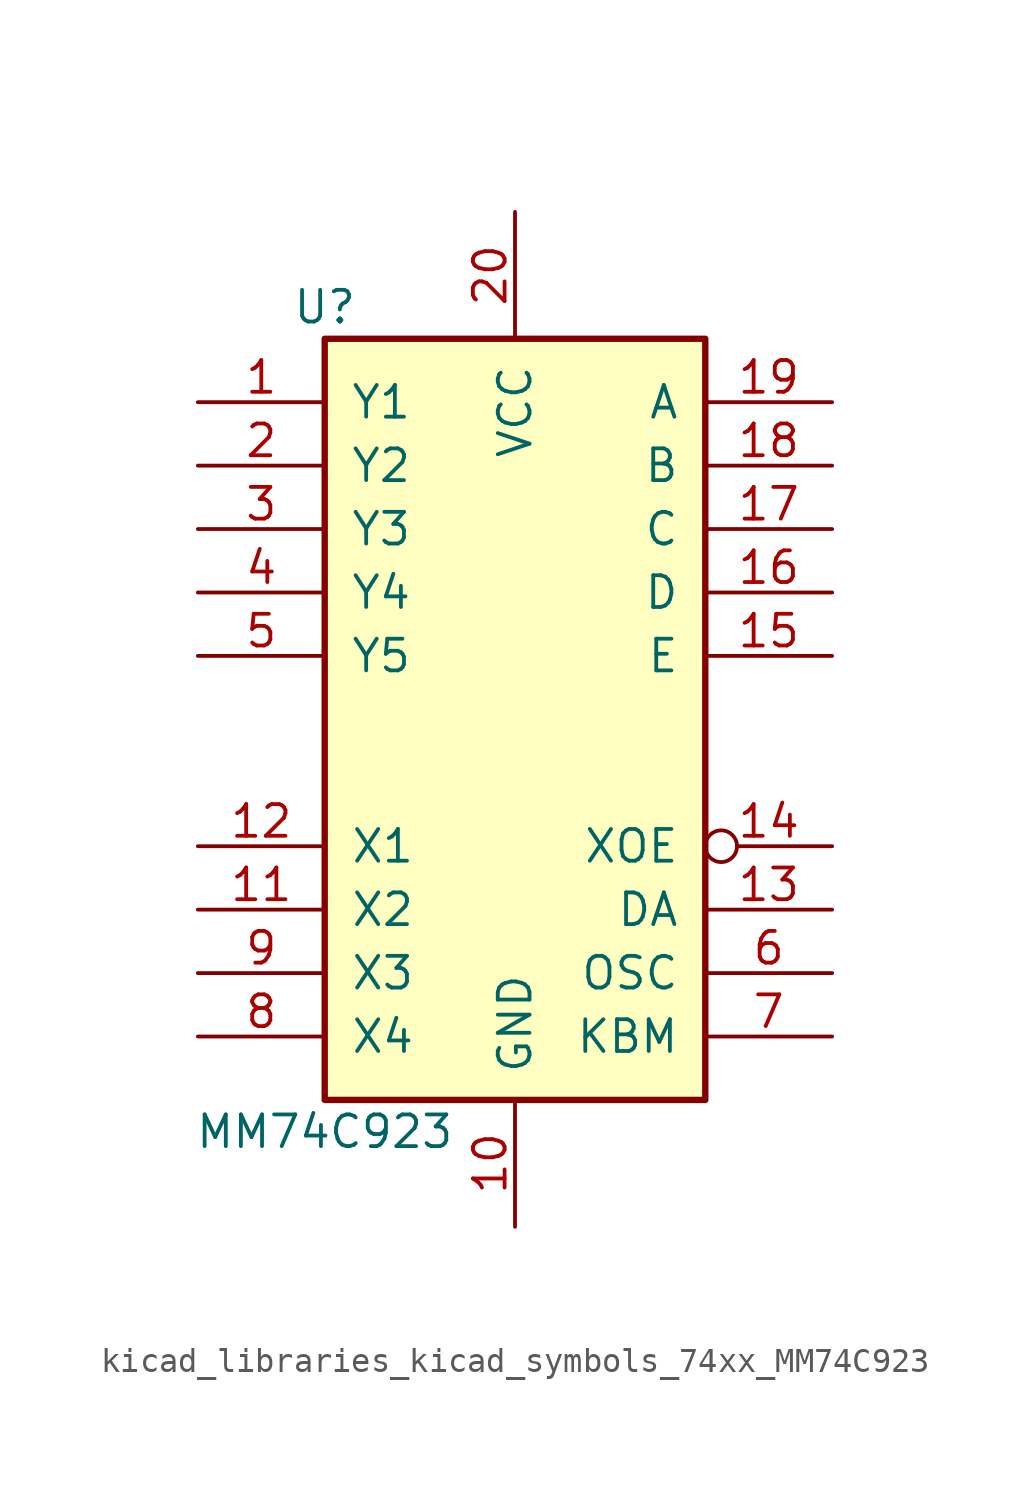
<source format=kicad_sym>
(kicad_symbol_lib
  (version 20220914)
  (generator kicad_symbol_editor)
  (symbol "kicad_libraries_kicad_symbols_74xx_MM74C923"
    (pin_names
      (offset 1.016))
    (property "Reference" "U"
      (at -7.62 16.51 0)
      (effects (font (size 1.27 1.27))))
    (property "Value" "MM74C923"
      (at -7.62 -16.51 0)
      (effects (font (size 1.27 1.27))))
    (property "ki_locked" ""
      (at 0 0 0)
      (effects (font (size 1.27 1.27))))
    (symbol "kicad_libraries_kicad_symbols_74xx_MM74C923_1_0"
      (pin input line (at -12.7 12.7 0) (length 5.08) (name "Y1" (effects (font (size 1.27 1.27)))) (number "1" (effects (font (size 1.27 1.27)))))
      (pin power_in line (at 0 -20.32 90) (length 5.08) (name "GND" (effects (font (size 1.27 1.27)))) (number "10" (effects (font (size 1.27 1.27)))))
      (pin output line (at -12.7 -7.62 0) (length 5.08) (name "X2" (effects (font (size 1.27 1.27)))) (number "11" (effects (font (size 1.27 1.27)))))
      (pin output line (at -12.7 -5.08 0) (length 5.08) (name "X1" (effects (font (size 1.27 1.27)))) (number "12" (effects (font (size 1.27 1.27)))))
      (pin output line (at 12.7 -7.62 180) (length 5.08) (name "DA" (effects (font (size 1.27 1.27)))) (number "13" (effects (font (size 1.27 1.27)))))
      (pin input inverted (at 12.7 -5.08 180) (length 5.08) (name "XOE" (effects (font (size 1.27 1.27)))) (number "14" (effects (font (size 1.27 1.27)))))
      (pin tri_state line (at 12.7 2.54 180) (length 5.08) (name "E" (effects (font (size 1.27 1.27)))) (number "15" (effects (font (size 1.27 1.27)))))
      (pin tri_state line (at 12.7 5.08 180) (length 5.08) (name "D" (effects (font (size 1.27 1.27)))) (number "16" (effects (font (size 1.27 1.27)))))
      (pin tri_state line (at 12.7 7.62 180) (length 5.08) (name "C" (effects (font (size 1.27 1.27)))) (number "17" (effects (font (size 1.27 1.27)))))
      (pin tri_state line (at 12.7 10.16 180) (length 5.08) (name "B" (effects (font (size 1.27 1.27)))) (number "18" (effects (font (size 1.27 1.27)))))
      (pin tri_state line (at 12.7 12.7 180) (length 5.08) (name "A" (effects (font (size 1.27 1.27)))) (number "19" (effects (font (size 1.27 1.27)))))
      (pin input line (at -12.7 10.16 0) (length 5.08) (name "Y2" (effects (font (size 1.27 1.27)))) (number "2" (effects (font (size 1.27 1.27)))))
      (pin power_in line (at 0 20.32 270) (length 5.08) (name "VCC" (effects (font (size 1.27 1.27)))) (number "20" (effects (font (size 1.27 1.27)))))
      (pin input line (at -12.7 7.62 0) (length 5.08) (name "Y3" (effects (font (size 1.27 1.27)))) (number "3" (effects (font (size 1.27 1.27)))))
      (pin input line (at -12.7 5.08 0) (length 5.08) (name "Y4" (effects (font (size 1.27 1.27)))) (number "4" (effects (font (size 1.27 1.27)))))
      (pin input line (at -12.7 2.54 0) (length 5.08) (name "Y5" (effects (font (size 1.27 1.27)))) (number "5" (effects (font (size 1.27 1.27)))))
      (pin input line (at 12.7 -10.16 180) (length 5.08) (name "OSC" (effects (font (size 1.27 1.27)))) (number "6" (effects (font (size 1.27 1.27)))))
      (pin input line (at 12.7 -12.7 180) (length 5.08) (name "KBM" (effects (font (size 1.27 1.27)))) (number "7" (effects (font (size 1.27 1.27)))))
      (pin output line (at -12.7 -12.7 0) (length 5.08) (name "X4" (effects (font (size 1.27 1.27)))) (number "8" (effects (font (size 1.27 1.27)))))
      (pin output line (at -12.7 -10.16 0) (length 5.08) (name "X3" (effects (font (size 1.27 1.27)))) (number "9" (effects (font (size 1.27 1.27))))))
    (symbol "kicad_libraries_kicad_symbols_74xx_MM74C923_1_1"
      (rectangle (start -7.62 15.24) (end 7.62 -15.24) (stroke (width 0.254) (type default)) (fill (type background))))))
</source>
